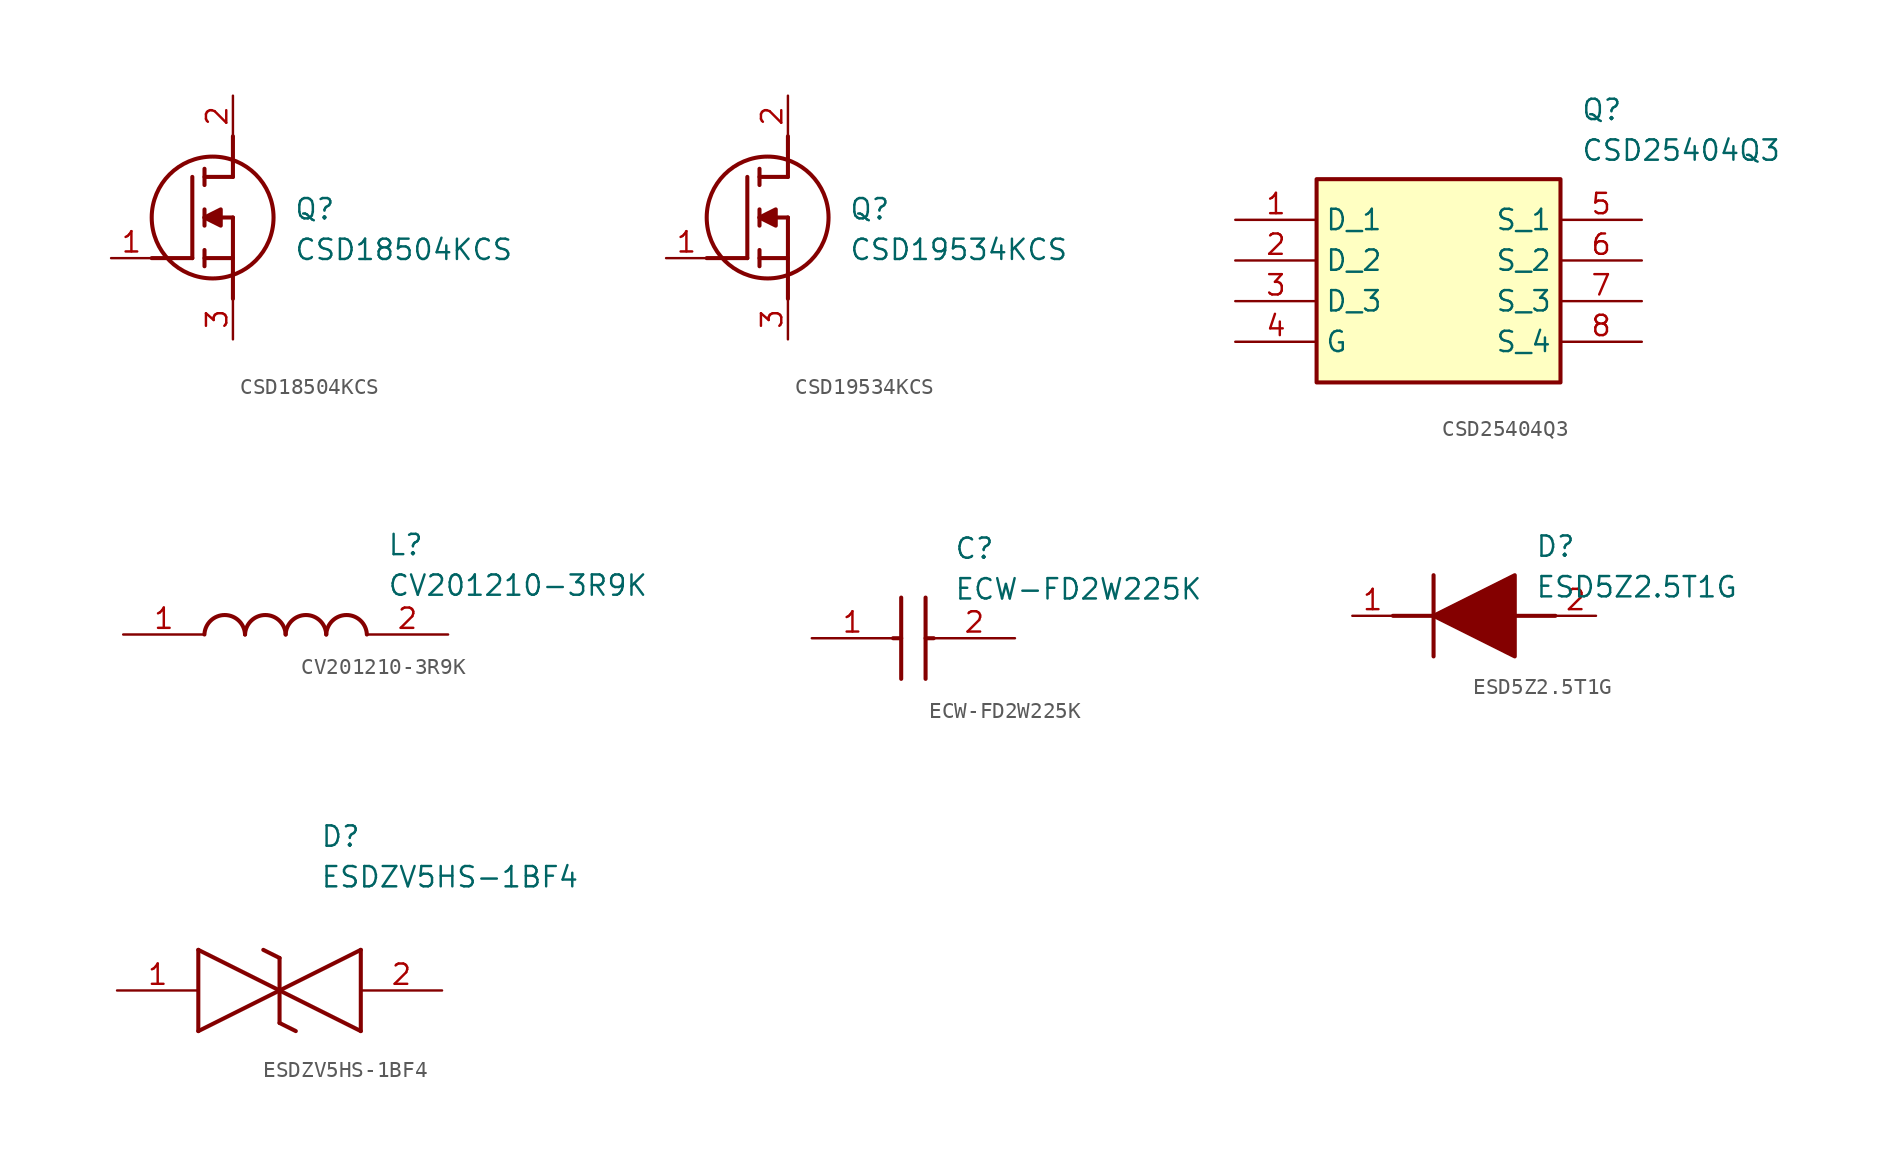
<source format=kicad_sym>
(kicad_symbol_lib
  (version 20241209)
  (generator "kicad_symbol_editor")
  (generator_version "9.0")
  (symbol "CSD18504KCS"
    (pin_names
      (hide yes))
    (property "Reference" "Q"
      (at 11.43 3.81 0)
      (effects (font (size 1.27 1.27)) (justify left top)))
    (property "Value" "CSD18504KCS"
      (at 11.43 1.27 0)
      (effects (font (size 1.27 1.27)) (justify left top)))
    (symbol "CSD18504KCS_1_1"
      (polyline (pts (xy 2.54 0) (xy 5.08 0)) (stroke (width 0.254) (type default)) (fill (type none)))
      (polyline (pts (xy 5.08 5.08) (xy 5.08 0)) (stroke (width 0.254) (type default)) (fill (type none)))
      (polyline (pts (xy 5.842 5.588) (xy 5.842 4.572)) (stroke (width 0.254) (type default)) (fill (type none)))
      (polyline (pts (xy 5.842 2.54) (xy 6.858 3.048) (xy 6.858 2.032) (xy 5.842 2.54)) (stroke (width 0.254) (type default)) (fill (type outline)))
      (polyline (pts (xy 5.842 2.032) (xy 5.842 3.048)) (stroke (width 0.254) (type default)) (fill (type none)))
      (polyline (pts (xy 5.842 0) (xy 7.62 0)) (stroke (width 0.254) (type default)) (fill (type none)))
      (polyline (pts (xy 5.842 -0.508) (xy 5.842 0.508)) (stroke (width 0.254) (type default)) (fill (type none)))
      (circle (center 6.35 2.54) (radius 3.81) (stroke (width 0.254) (type default)) (fill (type none)))
      (polyline (pts (xy 7.62 5.08) (xy 5.842 5.08)) (stroke (width 0.254) (type default)) (fill (type none)))
      (polyline (pts (xy 7.62 5.08) (xy 7.62 7.62)) (stroke (width 0.254) (type default)) (fill (type none)))
      (polyline (pts (xy 7.62 2.54) (xy 5.842 2.54)) (stroke (width 0.254) (type default)) (fill (type none)))
      (polyline (pts (xy 7.62 2.54) (xy 7.62 -2.54)) (stroke (width 0.254) (type default)) (fill (type none)))
      (pin passive line (at 0 0 0) (length 2.54) (name "G" (effects (font (size 1.27 1.27)))) (number "1" (effects (font (size 1.27 1.27)))))
      (pin passive line (at 7.62 10.16 270) (length 2.54) (name "D" (effects (font (size 1.27 1.27)))) (number "2" (effects (font (size 1.27 1.27)))))
      (pin passive line (at 7.62 -5.08 90) (length 2.54) (name "S" (effects (font (size 1.27 1.27)))) (number "3" (effects (font (size 1.27 1.27)))))))
  (symbol "CSD19534KCS"
    (pin_names
      (hide yes))
    (property "Reference" "Q"
      (at 11.43 3.81 0)
      (effects (font (size 1.27 1.27)) (justify left top)))
    (property "Value" "CSD19534KCS"
      (at 11.43 1.27 0)
      (effects (font (size 1.27 1.27)) (justify left top)))
    (symbol "CSD19534KCS_1_1"
      (polyline (pts (xy 2.54 0) (xy 5.08 0)) (stroke (width 0.254) (type default)) (fill (type none)))
      (polyline (pts (xy 5.08 5.08) (xy 5.08 0)) (stroke (width 0.254) (type default)) (fill (type none)))
      (polyline (pts (xy 5.842 5.588) (xy 5.842 4.572)) (stroke (width 0.254) (type default)) (fill (type none)))
      (polyline (pts (xy 5.842 2.54) (xy 6.858 3.048) (xy 6.858 2.032) (xy 5.842 2.54)) (stroke (width 0.254) (type default)) (fill (type outline)))
      (polyline (pts (xy 5.842 2.032) (xy 5.842 3.048)) (stroke (width 0.254) (type default)) (fill (type none)))
      (polyline (pts (xy 5.842 0) (xy 7.62 0)) (stroke (width 0.254) (type default)) (fill (type none)))
      (polyline (pts (xy 5.842 -0.508) (xy 5.842 0.508)) (stroke (width 0.254) (type default)) (fill (type none)))
      (circle (center 6.35 2.54) (radius 3.81) (stroke (width 0.254) (type default)) (fill (type none)))
      (polyline (pts (xy 7.62 5.08) (xy 5.842 5.08)) (stroke (width 0.254) (type default)) (fill (type none)))
      (polyline (pts (xy 7.62 5.08) (xy 7.62 7.62)) (stroke (width 0.254) (type default)) (fill (type none)))
      (polyline (pts (xy 7.62 2.54) (xy 5.842 2.54)) (stroke (width 0.254) (type default)) (fill (type none)))
      (polyline (pts (xy 7.62 2.54) (xy 7.62 -2.54)) (stroke (width 0.254) (type default)) (fill (type none)))
      (pin passive line (at 0 0 0) (length 2.54) (name "G" (effects (font (size 1.27 1.27)))) (number "1" (effects (font (size 1.27 1.27)))))
      (pin passive line (at 7.62 10.16 270) (length 2.54) (name "D" (effects (font (size 1.27 1.27)))) (number "2" (effects (font (size 1.27 1.27)))))
      (pin passive line (at 7.62 -5.08 90) (length 2.54) (name "S" (effects (font (size 1.27 1.27)))) (number "3" (effects (font (size 1.27 1.27)))))))
  (symbol "CSD25404Q3"
    (property "Reference" "Q"
      (at 21.59 7.62 0)
      (effects (font (size 1.27 1.27)) (justify left top)))
    (property "Value" "CSD25404Q3"
      (at 21.59 5.08 0)
      (effects (font (size 1.27 1.27)) (justify left top)))
    (symbol "CSD25404Q3_1_1"
      (rectangle (start 5.08 2.54) (end 20.32 -10.16) (stroke (width 0.254) (type default)) (fill (type background)))
      (pin passive line (at 0 0 0) (length 5.08) (name "D_1" (effects (font (size 1.27 1.27)))) (number "1" (effects (font (size 1.27 1.27)))))
      (pin passive line (at 0 -2.54 0) (length 5.08) (name "D_2" (effects (font (size 1.27 1.27)))) (number "2" (effects (font (size 1.27 1.27)))))
      (pin passive line (at 0 -5.08 0) (length 5.08) (name "D_3" (effects (font (size 1.27 1.27)))) (number "3" (effects (font (size 1.27 1.27)))))
      (pin passive line (at 0 -7.62 0) (length 5.08) (name "G" (effects (font (size 1.27 1.27)))) (number "4" (effects (font (size 1.27 1.27)))))
      (pin passive line (at 25.4 0 180) (length 5.08) (name "S_1" (effects (font (size 1.27 1.27)))) (number "5" (effects (font (size 1.27 1.27)))))
      (pin passive line (at 25.4 -2.54 180) (length 5.08) (name "S_2" (effects (font (size 1.27 1.27)))) (number "6" (effects (font (size 1.27 1.27)))))
      (pin passive line (at 25.4 -5.08 180) (length 5.08) (name "S_3" (effects (font (size 1.27 1.27)))) (number "7" (effects (font (size 1.27 1.27)))))
      (pin passive line (at 25.4 -7.62 180) (length 5.08) (name "S_4" (effects (font (size 1.27 1.27)))) (number "8" (effects (font (size 1.27 1.27)))))))
  (symbol "CV201210-3R9K"
    (pin_names
      (hide yes))
    (property "Reference" "L"
      (at 16.51 6.35 0)
      (effects (font (size 1.27 1.27)) (justify left top)))
    (property "Value" "CV201210-3R9K"
      (at 16.51 3.81 0)
      (effects (font (size 1.27 1.27)) (justify left top)))
    (symbol "CV201210-3R9K_1_1"
      (arc (start 5.08 0) (mid 6.35 1.219) (end 7.62 0) (stroke (width 0.254) (type default)) (fill (type none)))
      (arc (start 7.62 0) (mid 8.89 1.219) (end 10.16 0) (stroke (width 0.254) (type default)) (fill (type none)))
      (arc (start 10.16 0) (mid 11.43 1.219) (end 12.7 0) (stroke (width 0.254) (type default)) (fill (type none)))
      (arc (start 12.7 0) (mid 13.97 1.219) (end 15.24 0) (stroke (width 0.254) (type default)) (fill (type none)))
      (pin passive line (at 0 0 0) (length 5.08) (name "1" (effects (font (size 1.27 1.27)))) (number "1" (effects (font (size 1.27 1.27)))))
      (pin passive line (at 20.32 0 180) (length 5.08) (name "2" (effects (font (size 1.27 1.27)))) (number "2" (effects (font (size 1.27 1.27)))))))
  (symbol "ECW-FD2W225K"
    (pin_names
      (hide yes))
    (property "Reference" "C"
      (at 8.89 6.35 0)
      (effects (font (size 1.27 1.27)) (justify left top)))
    (property "Value" "ECW-FD2W225K"
      (at 8.89 3.81 0)
      (effects (font (size 1.27 1.27)) (justify left top)))
    (symbol "ECW-FD2W225K_1_1"
      (polyline (pts (xy 5.08 0) (xy 5.588 0)) (stroke (width 0.254) (type default)) (fill (type none)))
      (polyline (pts (xy 5.588 2.54) (xy 5.588 -2.54)) (stroke (width 0.254) (type default)) (fill (type none)))
      (polyline (pts (xy 7.112 2.54) (xy 7.112 -2.54)) (stroke (width 0.254) (type default)) (fill (type none)))
      (polyline (pts (xy 7.112 0) (xy 7.62 0)) (stroke (width 0.254) (type default)) (fill (type none)))
      (pin passive line (at 0 0 0) (length 5.08) (name "1" (effects (font (size 1.27 1.27)))) (number "1" (effects (font (size 1.27 1.27)))))
      (pin passive line (at 12.7 0 180) (length 5.08) (name "2" (effects (font (size 1.27 1.27)))) (number "2" (effects (font (size 1.27 1.27)))))))
  (symbol "ESD5Z2.5T1G"
    (pin_names
      (hide yes))
    (property "Reference" "D"
      (at 11.43 5.08 0)
      (effects (font (size 1.27 1.27)) (justify left top)))
    (property "Value" "ESD5Z2.5T1G"
      (at 11.43 2.54 0)
      (effects (font (size 1.27 1.27)) (justify left top)))
    (symbol "ESD5Z2.5T1G_1_1"
      (polyline (pts (xy 2.54 0) (xy 5.08 0)) (stroke (width 0.254) (type default)) (fill (type none)))
      (polyline (pts (xy 5.08 2.54) (xy 5.08 -2.54)) (stroke (width 0.254) (type default)) (fill (type none)))
      (polyline (pts (xy 5.08 0) (xy 10.16 2.54) (xy 10.16 -2.54) (xy 5.08 0)) (stroke (width 0.254) (type default)) (fill (type outline)))
      (polyline (pts (xy 10.16 0) (xy 12.7 0)) (stroke (width 0.254) (type default)) (fill (type none)))
      (pin passive line (at 0 0 0) (length 2.54) (name "K" (effects (font (size 1.27 1.27)))) (number "1" (effects (font (size 1.27 1.27)))))
      (pin passive line (at 15.24 0 180) (length 2.54) (name "A" (effects (font (size 1.27 1.27)))) (number "2" (effects (font (size 1.27 1.27)))))))
  (symbol "ESDZV5HS-1BF4"
    (pin_names
      (hide yes))
    (property "Reference" "D"
      (at 12.7 8.89 0)
      (effects (font (size 1.27 1.27)) (justify left bottom)))
    (property "Value" "ESDZV5HS-1BF4"
      (at 12.7 6.35 0)
      (effects (font (size 1.27 1.27)) (justify left bottom)))
    (symbol "ESDZV5HS-1BF4_1_1"
      (polyline (pts (xy 5.08 2.54) (xy 5.08 -2.54)) (stroke (width 0.254) (type default)) (fill (type none)))
      (polyline (pts (xy 5.08 2.54) (xy 10.16 0)) (stroke (width 0.254) (type default)) (fill (type none)))
      (polyline (pts (xy 9.144 2.54) (xy 10.16 2.032)) (stroke (width 0.254) (type default)) (fill (type none)))
      (polyline (pts (xy 10.16 0) (xy 5.08 -2.54)) (stroke (width 0.254) (type default)) (fill (type none)))
      (polyline (pts (xy 10.16 0) (xy 15.24 -2.54)) (stroke (width 0.254) (type default)) (fill (type none)))
      (polyline (pts (xy 10.16 -2.032) (xy 10.16 2.032)) (stroke (width 0.254) (type default)) (fill (type none)))
      (polyline (pts (xy 10.16 -2.032) (xy 11.176 -2.54)) (stroke (width 0.254) (type default)) (fill (type none)))
      (polyline (pts (xy 15.24 2.54) (xy 10.16 0)) (stroke (width 0.254) (type default)) (fill (type none)))
      (polyline (pts (xy 15.24 2.54) (xy 15.24 -2.54)) (stroke (width 0.254) (type default)) (fill (type none)))
      (pin passive line (at 0 0 0) (length 5.08) (name "1" (effects (font (size 1.27 1.27)))) (number "1" (effects (font (size 1.27 1.27)))))
      (pin passive line (at 20.32 0 180) (length 5.08) (name "2" (effects (font (size 1.27 1.27)))) (number "2" (effects (font (size 1.27 1.27))))))))
</source>
